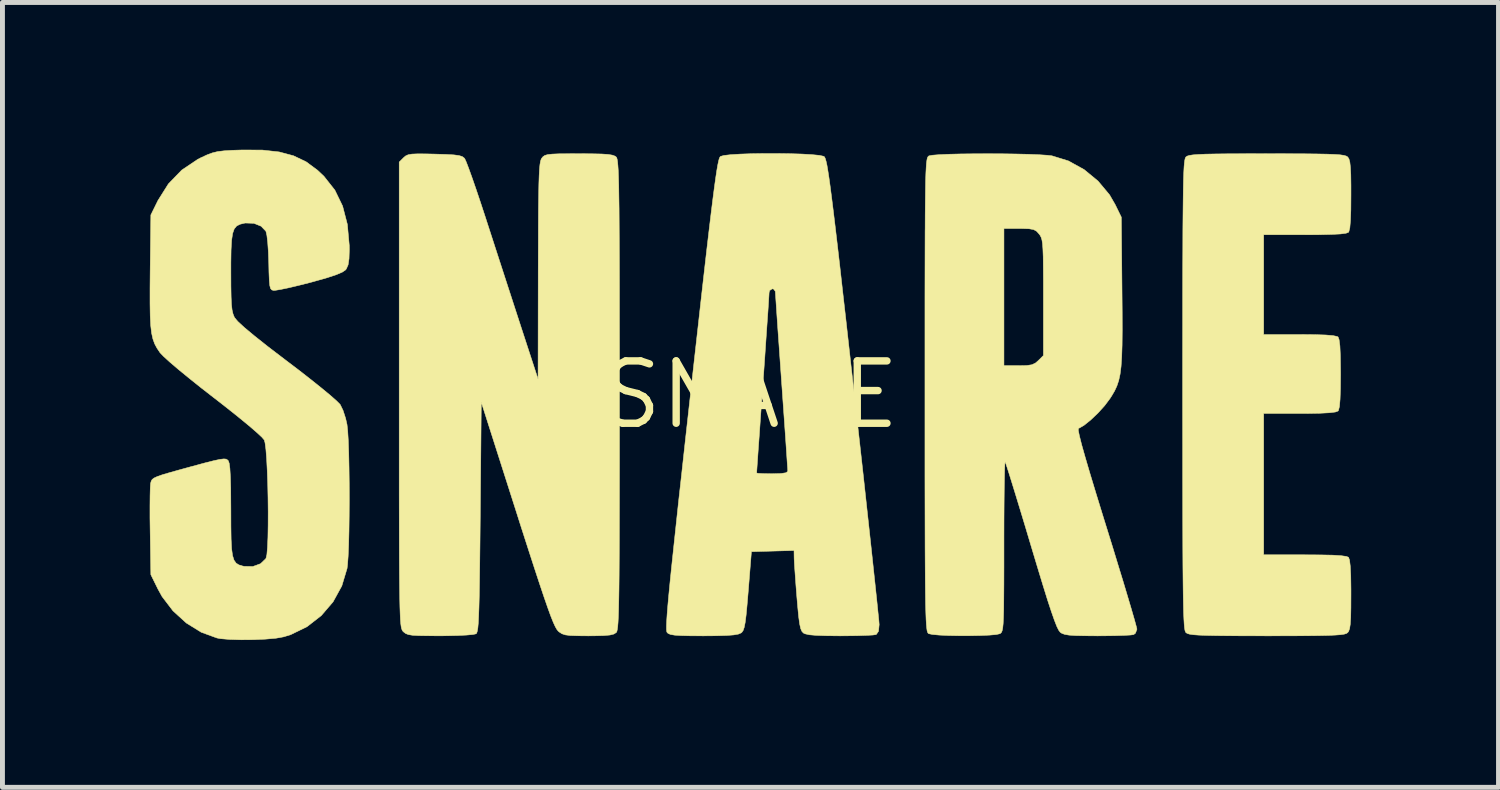
<source format=kicad_pcb>
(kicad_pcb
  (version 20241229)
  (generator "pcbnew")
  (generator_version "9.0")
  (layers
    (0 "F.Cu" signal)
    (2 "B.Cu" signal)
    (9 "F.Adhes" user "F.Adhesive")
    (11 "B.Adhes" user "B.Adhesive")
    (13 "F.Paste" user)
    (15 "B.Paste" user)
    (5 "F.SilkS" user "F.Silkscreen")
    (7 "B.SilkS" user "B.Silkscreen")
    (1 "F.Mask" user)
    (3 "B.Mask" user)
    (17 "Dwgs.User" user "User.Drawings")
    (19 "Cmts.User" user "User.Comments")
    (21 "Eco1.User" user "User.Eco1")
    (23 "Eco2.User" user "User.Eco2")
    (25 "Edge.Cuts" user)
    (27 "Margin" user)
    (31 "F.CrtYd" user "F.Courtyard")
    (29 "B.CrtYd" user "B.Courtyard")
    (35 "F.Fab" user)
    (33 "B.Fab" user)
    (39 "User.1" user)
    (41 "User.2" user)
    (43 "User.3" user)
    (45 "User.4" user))
  (footprint "SNARE"
    (layer "F.Cu")
    (at 12.236 4.992)
    (property "Reference" "SNARE" (at 0 0 0) (layer "F.SilkS") (effects (font (size 1.27 1.27) (thickness 0.15))))
    (attr through_hole)
    (fp_poly (pts (xy 10.933 -4.91) (xy 11.27 -4.909) (xy 11.539 -4.906) (xy 11.747 -4.902) (xy 11.903 -4.896) (xy 12.015 -4.888) (xy 12.09 -4.877) (xy 12.138 -4.863) (xy 12.166 -4.846) (xy 12.168 -4.844) (xy 12.193 -4.806) (xy 12.211 -4.741) (xy 12.223 -4.637) (xy 12.231 -4.481) (xy 12.234 -4.262) (xy 12.234 -4.069) (xy 12.232 -3.769) (xy 12.224 -3.548) (xy 12.211 -3.401) (xy 12.191 -3.322) (xy 12.184 -3.31) (xy 12.133 -3.291) (xy 12.021 -3.276) (xy 11.841 -3.267) (xy 11.588 -3.261) (xy 11.295 -3.26) (xy 10.456 -3.26) (xy 10.456 -1.228) (xy 11.189 -1.228) (xy 11.493 -1.225) (xy 11.719 -1.218) (xy 11.871 -1.205) (xy 11.955 -1.187) (xy 11.972 -1.177) (xy 11.993 -1.12) (xy 12.009 -0.996) (xy 12.018 -0.8) (xy 12.022 -0.526) (xy 12.023 -0.423) (xy 12.02 -0.124) (xy 12.012 0.096) (xy 11.999 0.242) (xy 11.979 0.319) (xy 11.972 0.33) (xy 11.917 0.351) (xy 11.796 0.366) (xy 11.604 0.376) (xy 11.335 0.381) (xy 11.189 0.381) (xy 10.456 0.381) (xy 10.456 3.26) (xy 11.295 3.26) (xy 11.618 3.262) (xy 11.863 3.267) (xy 12.035 3.278) (xy 12.141 3.293) (xy 12.184 3.31) (xy 12.205 3.367) (xy 12.22 3.49) (xy 12.23 3.685) (xy 12.234 3.958) (xy 12.234 4.069) (xy 12.233 4.339) (xy 12.229 4.537) (xy 12.22 4.675) (xy 12.206 4.765) (xy 12.186 4.82) (xy 12.168 4.844) (xy 12.142 4.862) (xy 12.097 4.876) (xy 12.025 4.887) (xy 11.918 4.895) (xy 11.768 4.902) (xy 11.566 4.906) (xy 11.305 4.909) (xy 10.976 4.91) (xy 10.572 4.911) (xy 10.52 4.911) (xy 10.106 4.91) (xy 9.769 4.909) (xy 9.501 4.906) (xy 9.293 4.902) (xy 9.137 4.896) (xy 9.025 4.888) (xy 8.949 4.877) (xy 8.902 4.863) (xy 8.874 4.846) (xy 8.872 4.844) (xy 8.862 4.828) (xy 8.852 4.797) (xy 8.844 4.747) (xy 8.837 4.673) (xy 8.831 4.572) (xy 8.825 4.438) (xy 8.821 4.267) (xy 8.817 4.054) (xy 8.814 3.794) (xy 8.811 3.484) (xy 8.809 3.118) (xy 8.808 2.692) (xy 8.807 2.202) (xy 8.806 1.642) (xy 8.806 1.009) (xy 8.805 0.297) (xy 8.805 0) (xy 8.805 -0.743) (xy 8.806 -1.406) (xy 8.806 -1.994) (xy 8.807 -2.511) (xy 8.809 -2.961) (xy 8.81 -3.349) (xy 8.813 -3.681) (xy 8.816 -3.959) (xy 8.819 -4.189) (xy 8.823 -4.376) (xy 8.828 -4.524) (xy 8.834 -4.638) (xy 8.841 -4.721) (xy 8.849 -4.78) (xy 8.858 -4.818) (xy 8.868 -4.839) (xy 8.872 -4.844) (xy 8.898 -4.862) (xy 8.943 -4.876) (xy 9.015 -4.887) (xy 9.122 -4.895) (xy 9.272 -4.902) (xy 9.474 -4.906) (xy 9.735 -4.909) (xy 10.063 -4.91) (xy 10.468 -4.911) (xy 10.52 -4.911) (xy 10.933 -4.91)) (stroke (width 0.01) (type solid)) (fill yes) (layer "F.SilkS"))
    (fp_poly (pts (xy -3.226 -4.909) (xy -3.031 -4.905) (xy -2.896 -4.896) (xy -2.808 -4.881) (xy -2.754 -4.86) (xy -2.734 -4.844) (xy -2.723 -4.828) (xy -2.714 -4.797) (xy -2.706 -4.747) (xy -2.699 -4.673) (xy -2.692 -4.572) (xy -2.687 -4.438) (xy -2.682 -4.267) (xy -2.679 -4.054) (xy -2.675 -3.794) (xy -2.673 -3.484) (xy -2.671 -3.118) (xy -2.669 -2.692) (xy -2.668 -2.202) (xy -2.668 -1.642) (xy -2.667 -1.009) (xy -2.667 -0.297) (xy -2.667 0) (xy -2.667 0.743) (xy -2.667 1.406) (xy -2.668 1.994) (xy -2.669 2.511) (xy -2.67 2.961) (xy -2.672 3.349) (xy -2.674 3.681) (xy -2.677 3.959) (xy -2.681 4.189) (xy -2.685 4.376) (xy -2.69 4.524) (xy -2.696 4.638) (xy -2.703 4.721) (xy -2.711 4.78) (xy -2.719 4.818) (xy -2.729 4.839) (xy -2.734 4.844) (xy -2.781 4.874) (xy -2.861 4.894) (xy -2.989 4.905) (xy -3.18 4.91) (xy -3.303 4.911) (xy -3.52 4.909) (xy -3.67 4.904) (xy -3.77 4.891) (xy -3.839 4.868) (xy -3.893 4.833) (xy -3.914 4.815) (xy -3.941 4.782) (xy -3.974 4.725) (xy -4.015 4.636) (xy -4.065 4.511) (xy -4.126 4.344) (xy -4.201 4.128) (xy -4.292 3.857) (xy -4.401 3.526) (xy -4.53 3.128) (xy -4.681 2.659) (xy -4.752 2.435) (xy -5.482 0.15) (xy -5.503 2.49) (xy -5.508 3.001) (xy -5.513 3.435) (xy -5.518 3.797) (xy -5.523 4.093) (xy -5.529 4.33) (xy -5.536 4.514) (xy -5.543 4.652) (xy -5.552 4.75) (xy -5.563 4.815) (xy -5.575 4.853) (xy -5.588 4.869) (xy -5.651 4.883) (xy -5.782 4.895) (xy -5.965 4.904) (xy -6.185 4.909) (xy -6.318 4.91) (xy -6.572 4.909) (xy -6.756 4.906) (xy -6.882 4.899) (xy -6.966 4.885) (xy -7.021 4.864) (xy -7.061 4.834) (xy -7.07 4.826) (xy -7.083 4.812) (xy -7.094 4.793) (xy -7.105 4.765) (xy -7.114 4.724) (xy -7.122 4.665) (xy -7.129 4.582) (xy -7.134 4.472) (xy -7.139 4.329) (xy -7.143 4.149) (xy -7.146 3.928) (xy -7.149 3.66) (xy -7.151 3.34) (xy -7.152 2.965) (xy -7.153 2.529) (xy -7.154 2.027) (xy -7.154 1.456) (xy -7.154 0.81) (xy -7.154 0.084) (xy -7.154 -4.741) (xy -7.066 -4.829) (xy -7.024 -4.865) (xy -6.973 -4.889) (xy -6.896 -4.903) (xy -6.779 -4.908) (xy -6.604 -4.907) (xy -6.428 -4.903) (xy -6.199 -4.896) (xy -6.039 -4.887) (xy -5.935 -4.873) (xy -5.87 -4.853) (xy -5.83 -4.823) (xy -5.818 -4.808) (xy -5.79 -4.747) (xy -5.74 -4.617) (xy -5.672 -4.429) (xy -5.59 -4.192) (xy -5.498 -3.919) (xy -5.4 -3.621) (xy -5.38 -3.559) (xy -5.259 -3.186) (xy -5.125 -2.773) (xy -4.986 -2.345) (xy -4.851 -1.93) (xy -4.728 -1.552) (xy -4.664 -1.355) (xy -4.325 -0.318) (xy -4.322 -2.52) (xy -4.32 -3.015) (xy -4.319 -3.433) (xy -4.317 -3.78) (xy -4.313 -4.062) (xy -4.309 -4.288) (xy -4.303 -4.463) (xy -4.296 -4.594) (xy -4.287 -4.689) (xy -4.276 -4.754) (xy -4.263 -4.796) (xy -4.252 -4.817) (xy -4.224 -4.851) (xy -4.187 -4.876) (xy -4.129 -4.893) (xy -4.036 -4.903) (xy -3.894 -4.909) (xy -3.691 -4.91) (xy -3.493 -4.911) (xy -3.226 -4.909)) (stroke (width 0.01) (type solid)) (fill yes) (layer "F.SilkS"))
    (fp_poly (pts (xy 0.809 -4.911) (xy 1.049 -4.904) (xy 1.253 -4.892) (xy 1.406 -4.877) (xy 1.493 -4.858) (xy 1.502 -4.853) (xy 1.515 -4.837) (xy 1.528 -4.805) (xy 1.543 -4.753) (xy 1.56 -4.676) (xy 1.578 -4.569) (xy 1.6 -4.428) (xy 1.625 -4.248) (xy 1.654 -4.025) (xy 1.688 -3.754) (xy 1.727 -3.431) (xy 1.772 -3.051) (xy 1.823 -2.61) (xy 1.88 -2.103) (xy 1.946 -1.525) (xy 2.019 -0.872) (xy 2.101 -0.144) (xy 2.17 0.478) (xy 2.237 1.079) (xy 2.301 1.653) (xy 2.36 2.195) (xy 2.415 2.698) (xy 2.465 3.157) (xy 2.509 3.567) (xy 2.547 3.922) (xy 2.578 4.216) (xy 2.601 4.444) (xy 2.617 4.6) (xy 2.623 4.679) (xy 2.623 4.684) (xy 2.61 4.817) (xy 2.566 4.881) (xy 2.558 4.885) (xy 2.494 4.894) (xy 2.362 4.901) (xy 2.177 4.907) (xy 1.957 4.91) (xy 1.825 4.911) (xy 1.546 4.908) (xy 1.341 4.901) (xy 1.2 4.889) (xy 1.113 4.869) (xy 1.08 4.853) (xy 1.049 4.819) (xy 1.024 4.761) (xy 1.003 4.665) (xy 0.983 4.518) (xy 0.963 4.309) (xy 0.947 4.123) (xy 0.928 3.882) (xy 0.912 3.66) (xy 0.899 3.477) (xy 0.892 3.349) (xy 0.891 3.311) (xy 0.889 3.172) (xy 0.455 3.184) (xy 0.021 3.196) (xy -0.043 3.994) (xy -0.067 4.277) (xy -0.087 4.488) (xy -0.106 4.638) (xy -0.126 4.739) (xy -0.148 4.802) (xy -0.175 4.84) (xy -0.189 4.851) (xy -0.244 4.875) (xy -0.34 4.892) (xy -0.489 4.903) (xy -0.701 4.909) (xy -0.955 4.911) (xy -1.218 4.91) (xy -1.409 4.905) (xy -1.54 4.897) (xy -1.625 4.883) (xy -1.675 4.862) (xy -1.697 4.842) (xy -1.705 4.821) (xy -1.709 4.778) (xy -1.709 4.708) (xy -1.705 4.607) (xy -1.696 4.471) (xy -1.682 4.296) (xy -1.662 4.076) (xy -1.636 3.808) (xy -1.603 3.488) (xy -1.563 3.111) (xy -1.516 2.672) (xy -1.462 2.168) (xy -1.398 1.595) (xy -1.398 1.594) (xy 0.127 1.594) (xy 0.166 1.601) (xy 0.269 1.606) (xy 0.415 1.609) (xy 0.445 1.609) (xy 0.623 1.604) (xy 0.726 1.588) (xy 0.762 1.559) (xy 0.762 1.556) (xy 0.759 1.503) (xy 0.75 1.376) (xy 0.737 1.182) (xy 0.72 0.93) (xy 0.699 0.631) (xy 0.675 0.292) (xy 0.649 -0.077) (xy 0.635 -0.275) (xy 0.608 -0.656) (xy 0.583 -1.011) (xy 0.56 -1.332) (xy 0.541 -1.609) (xy 0.526 -1.834) (xy 0.515 -1.997) (xy 0.509 -2.089) (xy 0.508 -2.106) (xy 0.474 -2.153) (xy 0.445 -2.159) (xy 0.392 -2.124) (xy 0.381 -2.081) (xy 0.378 -2.023) (xy 0.37 -1.89) (xy 0.357 -1.69) (xy 0.339 -1.434) (xy 0.318 -1.131) (xy 0.295 -0.789) (xy 0.269 -0.417) (xy 0.254 -0.212) (xy 0.227 0.169) (xy 0.202 0.522) (xy 0.18 0.84) (xy 0.16 1.113) (xy 0.145 1.333) (xy 0.134 1.492) (xy 0.128 1.579) (xy 0.127 1.594) (xy -1.398 1.594) (xy -1.327 0.947) (xy -1.246 0.22) (xy -1.22 -0.013) (xy -1.137 -0.758) (xy -1.062 -1.423) (xy -0.996 -2.014) (xy -0.937 -2.533) (xy -0.885 -2.986) (xy -0.839 -3.377) (xy -0.799 -3.71) (xy -0.764 -3.991) (xy -0.734 -4.222) (xy -0.708 -4.41) (xy -0.686 -4.558) (xy -0.667 -4.67) (xy -0.65 -4.752) (xy -0.636 -4.807) (xy -0.622 -4.84) (xy -0.61 -4.855) (xy -0.541 -4.875) (xy -0.402 -4.891) (xy -0.208 -4.903) (xy 0.025 -4.911) (xy 0.282 -4.915) (xy 0.549 -4.915) (xy 0.809 -4.911)) (stroke (width 0.01) (type solid)) (fill yes) (layer "F.SilkS"))
    (fp_poly (pts (xy 5.126 -4.909) (xy 5.407 -4.905) (xy 5.663 -4.899) (xy 5.882 -4.89) (xy 6.049 -4.879) (xy 6.143 -4.868) (xy 6.479 -4.764) (xy 6.798 -4.588) (xy 7.082 -4.354) (xy 7.316 -4.074) (xy 7.432 -3.873) (xy 7.556 -3.619) (xy 7.57 -2.117) (xy 7.574 -1.677) (xy 7.575 -1.312) (xy 7.572 -1.013) (xy 7.564 -0.771) (xy 7.551 -0.576) (xy 7.531 -0.419) (xy 7.503 -0.29) (xy 7.466 -0.18) (xy 7.42 -0.08) (xy 7.362 0.019) (xy 7.324 0.078) (xy 7.217 0.221) (xy 7.08 0.372) (xy 6.932 0.513) (xy 6.795 0.623) (xy 6.687 0.685) (xy 6.682 0.687) (xy 6.68 0.726) (xy 6.702 0.835) (xy 6.748 1.017) (xy 6.82 1.272) (xy 6.917 1.602) (xy 7.04 2.008) (xy 7.189 2.492) (xy 7.253 2.698) (xy 7.376 3.094) (xy 7.49 3.468) (xy 7.595 3.81) (xy 7.686 4.114) (xy 7.762 4.37) (xy 7.82 4.57) (xy 7.858 4.708) (xy 7.874 4.773) (xy 7.874 4.776) (xy 7.844 4.857) (xy 7.807 4.885) (xy 7.743 4.894) (xy 7.611 4.901) (xy 7.426 4.907) (xy 7.206 4.91) (xy 7.071 4.911) (xy 6.811 4.909) (xy 6.623 4.905) (xy 6.491 4.896) (xy 6.403 4.881) (xy 6.344 4.859) (xy 6.311 4.837) (xy 6.281 4.797) (xy 6.242 4.718) (xy 6.193 4.593) (xy 6.131 4.416) (xy 6.054 4.182) (xy 5.961 3.883) (xy 5.849 3.515) (xy 5.717 3.076) (xy 5.609 2.714) (xy 5.507 2.377) (xy 5.415 2.075) (xy 5.335 1.815) (xy 5.27 1.606) (xy 5.222 1.457) (xy 5.195 1.377) (xy 5.19 1.365) (xy 5.184 1.401) (xy 5.179 1.512) (xy 5.175 1.691) (xy 5.171 1.928) (xy 5.168 2.216) (xy 5.166 2.544) (xy 5.165 2.906) (xy 5.165 3.082) (xy 5.165 3.512) (xy 5.164 3.864) (xy 5.162 4.148) (xy 5.16 4.371) (xy 5.155 4.54) (xy 5.149 4.664) (xy 5.14 4.75) (xy 5.129 4.805) (xy 5.115 4.839) (xy 5.097 4.858) (xy 5.083 4.867) (xy 5.009 4.884) (xy 4.869 4.896) (xy 4.683 4.904) (xy 4.469 4.908) (xy 4.245 4.908) (xy 4.031 4.904) (xy 3.845 4.895) (xy 3.705 4.882) (xy 3.631 4.866) (xy 3.63 4.865) (xy 3.619 4.855) (xy 3.608 4.835) (xy 3.599 4.802) (xy 3.592 4.75) (xy 3.585 4.676) (xy 3.579 4.573) (xy 3.574 4.438) (xy 3.569 4.267) (xy 3.566 4.054) (xy 3.563 3.795) (xy 3.561 3.485) (xy 3.559 3.12) (xy 3.558 2.695) (xy 3.557 2.206) (xy 3.556 1.647) (xy 3.556 1.015) (xy 3.556 0.305) (xy 3.556 -0.001) (xy 3.556 -0.742) (xy 3.556 -1.403) (xy 3.556 -1.989) (xy 3.557 -2.504) (xy 3.558 -2.953) (xy 3.559 -3.34) (xy 3.56 -3.387) (xy 5.165 -3.387) (xy 5.165 -0.593) (xy 5.463 -0.593) (xy 5.628 -0.596) (xy 5.734 -0.612) (xy 5.808 -0.647) (xy 5.865 -0.697) (xy 5.969 -0.8) (xy 5.969 -1.982) (xy 5.969 -2.33) (xy 5.967 -2.603) (xy 5.965 -2.813) (xy 5.959 -2.968) (xy 5.951 -3.078) (xy 5.939 -3.155) (xy 5.922 -3.209) (xy 5.901 -3.249) (xy 5.881 -3.275) (xy 5.829 -3.333) (xy 5.768 -3.366) (xy 5.677 -3.382) (xy 5.531 -3.387) (xy 5.479 -3.387) (xy 5.165 -3.387) (xy 3.56 -3.387) (xy 3.561 -3.67) (xy 3.564 -3.948) (xy 3.567 -4.178) (xy 3.57 -4.366) (xy 3.575 -4.514) (xy 3.581 -4.629) (xy 3.587 -4.715) (xy 3.595 -4.776) (xy 3.603 -4.817) (xy 3.613 -4.842) (xy 3.624 -4.857) (xy 3.636 -4.866) (xy 3.638 -4.867) (xy 3.705 -4.88) (xy 3.843 -4.891) (xy 4.039 -4.9) (xy 4.279 -4.906) (xy 4.549 -4.909) (xy 4.836 -4.91) (xy 5.126 -4.909)) (stroke (width 0.01) (type solid)) (fill yes) (layer "F.SilkS"))
    (fp_poly (pts (xy -9.941 -4.985) (xy -9.599 -4.947) (xy -9.307 -4.869) (xy -9.051 -4.747) (xy -8.818 -4.575) (xy -8.686 -4.45) (xy -8.465 -4.17) (xy -8.307 -3.845) (xy -8.21 -3.471) (xy -8.171 -3.04) (xy -8.17 -2.96) (xy -8.176 -2.771) (xy -8.195 -2.646) (xy -8.231 -2.565) (xy -8.244 -2.546) (xy -8.31 -2.5) (xy -8.436 -2.446) (xy -8.63 -2.382) (xy -8.899 -2.306) (xy -8.973 -2.286) (xy -9.203 -2.228) (xy -9.408 -2.179) (xy -9.573 -2.145) (xy -9.683 -2.127) (xy -9.714 -2.126) (xy -9.749 -2.136) (xy -9.774 -2.164) (xy -9.79 -2.224) (xy -9.8 -2.329) (xy -9.807 -2.493) (xy -9.811 -2.688) (xy -9.819 -2.905) (xy -9.832 -3.097) (xy -9.849 -3.244) (xy -9.868 -3.327) (xy -9.869 -3.331) (xy -9.967 -3.434) (xy -10.114 -3.493) (xy -10.285 -3.499) (xy -10.306 -3.496) (xy -10.396 -3.474) (xy -10.465 -3.439) (xy -10.514 -3.38) (xy -10.547 -3.287) (xy -10.568 -3.148) (xy -10.579 -2.952) (xy -10.583 -2.689) (xy -10.583 -2.498) (xy -10.582 -2.212) (xy -10.578 -1.996) (xy -10.571 -1.839) (xy -10.558 -1.727) (xy -10.539 -1.646) (xy -10.513 -1.582) (xy -10.509 -1.574) (xy -10.444 -1.496) (xy -10.31 -1.372) (xy -10.106 -1.202) (xy -9.833 -0.985) (xy -9.49 -0.723) (xy -9.44 -0.685) (xy -9.182 -0.489) (xy -8.943 -0.302) (xy -8.732 -0.133) (xy -8.558 0.011) (xy -8.432 0.122) (xy -8.362 0.192) (xy -8.355 0.201) (xy -8.298 0.318) (xy -8.246 0.479) (xy -8.217 0.606) (xy -8.203 0.736) (xy -8.191 0.935) (xy -8.182 1.189) (xy -8.176 1.483) (xy -8.172 1.803) (xy -8.171 2.135) (xy -8.173 2.464) (xy -8.177 2.776) (xy -8.184 3.056) (xy -8.194 3.29) (xy -8.207 3.463) (xy -8.216 3.538) (xy -8.323 3.894) (xy -8.501 4.218) (xy -8.741 4.498) (xy -9.033 4.725) (xy -9.365 4.887) (xy -9.509 4.931) (xy -9.665 4.959) (xy -9.879 4.978) (xy -10.123 4.989) (xy -10.375 4.991) (xy -10.606 4.984) (xy -10.794 4.968) (xy -10.868 4.954) (xy -11.188 4.837) (xy -11.491 4.649) (xy -11.762 4.402) (xy -11.984 4.111) (xy -12.068 3.959) (xy -12.213 3.664) (xy -12.227 2.781) (xy -12.231 2.51) (xy -12.231 2.264) (xy -12.229 2.055) (xy -12.225 1.899) (xy -12.219 1.81) (xy -12.217 1.8) (xy -12.206 1.76) (xy -12.187 1.726) (xy -12.15 1.697) (xy -12.084 1.666) (xy -11.979 1.629) (xy -11.822 1.583) (xy -11.604 1.522) (xy -11.367 1.457) (xy -11.115 1.389) (xy -10.933 1.343) (xy -10.808 1.316) (xy -10.726 1.306) (xy -10.677 1.311) (xy -10.647 1.331) (xy -10.636 1.343) (xy -10.617 1.395) (xy -10.603 1.5) (xy -10.593 1.666) (xy -10.586 1.898) (xy -10.584 2.205) (xy -10.583 2.348) (xy -10.582 2.681) (xy -10.578 2.94) (xy -10.568 3.134) (xy -10.549 3.274) (xy -10.519 3.369) (xy -10.476 3.43) (xy -10.418 3.466) (xy -10.341 3.489) (xy -10.306 3.496) (xy -10.132 3.497) (xy -9.978 3.441) (xy -9.872 3.339) (xy -9.867 3.329) (xy -9.849 3.252) (xy -9.837 3.106) (xy -9.828 2.903) (xy -9.824 2.659) (xy -9.823 2.387) (xy -9.826 2.102) (xy -9.832 1.818) (xy -9.842 1.549) (xy -9.854 1.31) (xy -9.869 1.115) (xy -9.887 0.978) (xy -9.903 0.92) (xy -9.952 0.863) (xy -10.06 0.763) (xy -10.218 0.627) (xy -10.419 0.462) (xy -10.652 0.276) (xy -10.909 0.075) (xy -10.933 0.057) (xy -11.195 -0.147) (xy -11.437 -0.341) (xy -11.651 -0.516) (xy -11.827 -0.666) (xy -11.954 -0.782) (xy -12.025 -0.856) (xy -12.027 -0.859) (xy -12.087 -0.948) (xy -12.135 -1.037) (xy -12.171 -1.137) (xy -12.198 -1.258) (xy -12.216 -1.412) (xy -12.226 -1.608) (xy -12.23 -1.859) (xy -12.23 -2.173) (xy -12.227 -2.514) (xy -12.213 -3.664) (xy -12.068 -3.959) (xy -11.856 -4.296) (xy -11.583 -4.578) (xy -11.257 -4.797) (xy -11.196 -4.828) (xy -11.069 -4.887) (xy -10.962 -4.927) (xy -10.853 -4.954) (xy -10.72 -4.97) (xy -10.543 -4.981) (xy -10.349 -4.987) (xy -9.941 -4.985)) (stroke (width 0.01) (type solid)) (fill yes) (layer "F.SilkS")))
  (gr_rect
    (start -3 -3)
    (end 27.476 12.989)
    (stroke (width 0.1) (type default))
    (fill no)
    (layer "Edge.Cuts")))
</source>
